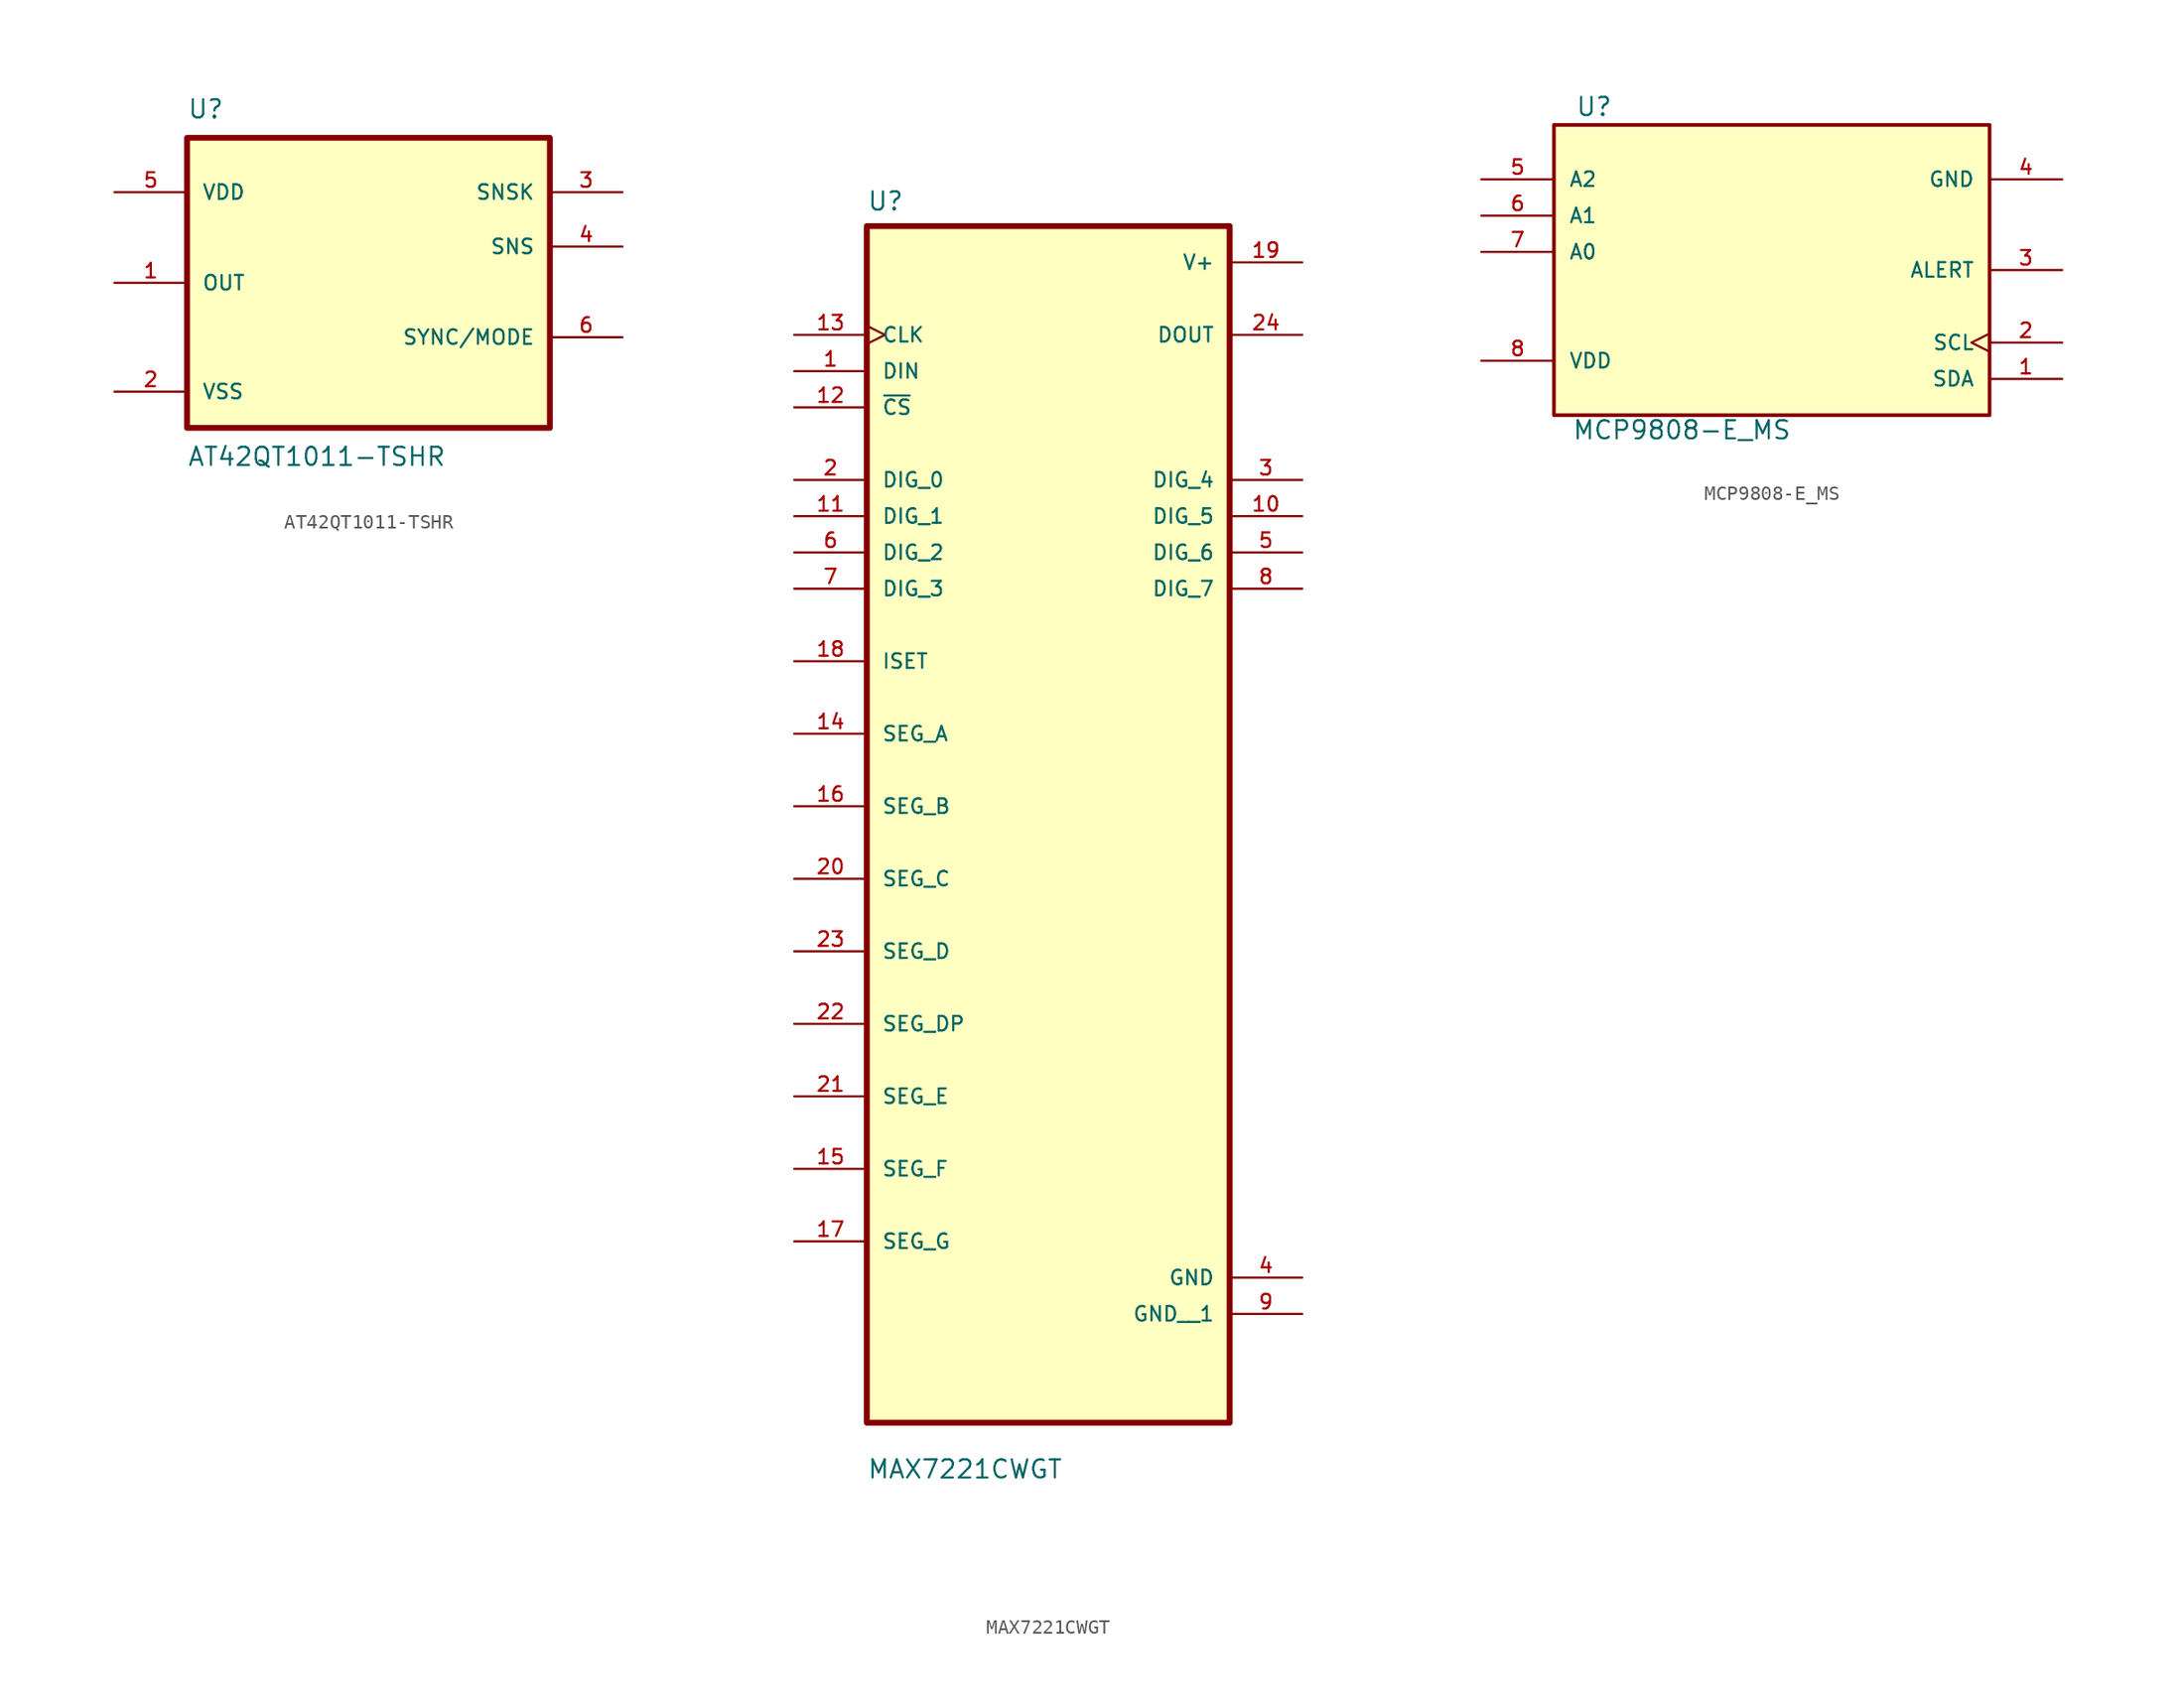
<source format=kicad_sym>
(kicad_symbol_lib
  (version 20231120)
  (generator "kicad_symbol_editor")
  (generator_version "8.0")
  (symbol "AT42QT1011-TSHR"
    (pin_names
      (offset 1.016))
    (property "Reference" "U"
      (at -12.7 11.43 0)
      (effects (font (size 1.27 1.27)) (justify left bottom)))
    (property "Value" "AT42QT1011-TSHR"
      (at -12.7 -11.43 0)
      (effects (font (size 1.27 1.27)) (justify left top)))
    (symbol "AT42QT1011-TSHR_0_0"
      (rectangle (start -12.7 -10.16) (end 12.7 10.16) (stroke (width 0.406) (type default)) (fill (type background)))
      (pin output line (at -17.78 0 0) (length 5.08) (name "OUT" (effects (font (size 1.016 1.016)))) (number "1" (effects (font (size 1.016 1.016)))))
      (pin power_in line (at -17.78 -7.62 0) (length 5.08) (name "VSS" (effects (font (size 1.016 1.016)))) (number "2" (effects (font (size 1.016 1.016)))))
      (pin bidirectional line (at 17.78 6.35 180) (length 5.08) (name "SNSK" (effects (font (size 1.016 1.016)))) (number "3" (effects (font (size 1.016 1.016)))))
      (pin bidirectional line (at 17.78 2.54 180) (length 5.08) (name "SNS" (effects (font (size 1.016 1.016)))) (number "4" (effects (font (size 1.016 1.016)))))
      (pin power_in line (at -17.78 6.35 0) (length 5.08) (name "VDD" (effects (font (size 1.016 1.016)))) (number "5" (effects (font (size 1.016 1.016)))))
      (pin input line (at 17.78 -3.81 180) (length 5.08) (name "SYNC/MODE" (effects (font (size 1.016 1.016)))) (number "6" (effects (font (size 1.016 1.016)))))))
  (symbol "MAX7221CWGT"
    (pin_names
      (offset 1.016))
    (property "Reference" "U"
      (at -12.7 41.64 0)
      (effects (font (size 1.27 1.27)) (justify left bottom)))
    (property "Value" "MAX7221CWGT"
      (at -12.7 -47.18 0)
      (effects (font (size 1.27 1.27)) (justify left bottom)))
    (symbol "MAX7221CWGT_0_0"
      (rectangle (start -12.7 40.64) (end 12.7 -43.18) (stroke (width 0.41) (type default)) (fill (type background)))
      (pin input line (at -17.78 30.48 0) (length 5.08) (name "DIN" (effects (font (size 1.016 1.016)))) (number "1" (effects (font (size 1.016 1.016)))))
      (pin bidirectional line (at 17.78 20.32 180) (length 5.08) (name "DIG_5" (effects (font (size 1.016 1.016)))) (number "10" (effects (font (size 1.016 1.016)))))
      (pin bidirectional line (at -17.78 20.32 0) (length 5.08) (name "DIG_1" (effects (font (size 1.016 1.016)))) (number "11" (effects (font (size 1.016 1.016)))))
      (pin input line (at -17.78 27.94 0) (length 5.08) (name "~{CS}" (effects (font (size 1.016 1.016)))) (number "12" (effects (font (size 1.016 1.016)))))
      (pin input clock (at -17.78 33.02 0) (length 5.08) (name "CLK" (effects (font (size 1.016 1.016)))) (number "13" (effects (font (size 1.016 1.016)))))
      (pin bidirectional line (at -17.78 5.08 0) (length 5.08) (name "SEG_A" (effects (font (size 1.016 1.016)))) (number "14" (effects (font (size 1.016 1.016)))))
      (pin bidirectional line (at -17.78 -25.4 0) (length 5.08) (name "SEG_F" (effects (font (size 1.016 1.016)))) (number "15" (effects (font (size 1.016 1.016)))))
      (pin bidirectional line (at -17.78 0 0) (length 5.08) (name "SEG_B" (effects (font (size 1.016 1.016)))) (number "16" (effects (font (size 1.016 1.016)))))
      (pin bidirectional line (at -17.78 -30.48 0) (length 5.08) (name "SEG_G" (effects (font (size 1.016 1.016)))) (number "17" (effects (font (size 1.016 1.016)))))
      (pin bidirectional line (at -17.78 10.16 0) (length 5.08) (name "ISET" (effects (font (size 1.016 1.016)))) (number "18" (effects (font (size 1.016 1.016)))))
      (pin power_in line (at 17.78 38.1 180) (length 5.08) (name "V+" (effects (font (size 1.016 1.016)))) (number "19" (effects (font (size 1.016 1.016)))))
      (pin bidirectional line (at -17.78 22.86 0) (length 5.08) (name "DIG_0" (effects (font (size 1.016 1.016)))) (number "2" (effects (font (size 1.016 1.016)))))
      (pin bidirectional line (at -17.78 -5.08 0) (length 5.08) (name "SEG_C" (effects (font (size 1.016 1.016)))) (number "20" (effects (font (size 1.016 1.016)))))
      (pin bidirectional line (at -17.78 -20.32 0) (length 5.08) (name "SEG_E" (effects (font (size 1.016 1.016)))) (number "21" (effects (font (size 1.016 1.016)))))
      (pin bidirectional line (at -17.78 -15.24 0) (length 5.08) (name "SEG_DP" (effects (font (size 1.016 1.016)))) (number "22" (effects (font (size 1.016 1.016)))))
      (pin bidirectional line (at -17.78 -10.16 0) (length 5.08) (name "SEG_D" (effects (font (size 1.016 1.016)))) (number "23" (effects (font (size 1.016 1.016)))))
      (pin output line (at 17.78 33.02 180) (length 5.08) (name "DOUT" (effects (font (size 1.016 1.016)))) (number "24" (effects (font (size 1.016 1.016)))))
      (pin bidirectional line (at 17.78 22.86 180) (length 5.08) (name "DIG_4" (effects (font (size 1.016 1.016)))) (number "3" (effects (font (size 1.016 1.016)))))
      (pin power_in line (at 17.78 -33.02 180) (length 5.08) (name "GND" (effects (font (size 1.016 1.016)))) (number "4" (effects (font (size 1.016 1.016)))))
      (pin bidirectional line (at 17.78 17.78 180) (length 5.08) (name "DIG_6" (effects (font (size 1.016 1.016)))) (number "5" (effects (font (size 1.016 1.016)))))
      (pin bidirectional line (at -17.78 17.78 0) (length 5.08) (name "DIG_2" (effects (font (size 1.016 1.016)))) (number "6" (effects (font (size 1.016 1.016)))))
      (pin bidirectional line (at -17.78 15.24 0) (length 5.08) (name "DIG_3" (effects (font (size 1.016 1.016)))) (number "7" (effects (font (size 1.016 1.016)))))
      (pin bidirectional line (at 17.78 15.24 180) (length 5.08) (name "DIG_7" (effects (font (size 1.016 1.016)))) (number "8" (effects (font (size 1.016 1.016)))))
      (pin power_in line (at 17.78 -35.56 180) (length 5.08) (name "GND__1" (effects (font (size 1.016 1.016)))) (number "9" (effects (font (size 1.016 1.016)))))))
  (symbol "MCP9808-E_MS"
    (pin_names
      (offset 1.016))
    (property "Reference" "U"
      (at -15.012 10.687 0)
      (effects (font (size 1.27 1.27)) (justify left bottom)))
    (property "Value" "MCP9808-E_MS"
      (at -15.248 -11.944 0)
      (effects (font (size 1.27 1.27)) (justify left bottom)))
    (symbol "MCP9808-E_MS_0_0"
      (rectangle (start -16.51 -10.16) (end 13.97 10.16) (stroke (width 0.254) (type default)) (fill (type background)))
      (pin bidirectional line (at 19.05 -7.62 180) (length 5.08) (name "SDA" (effects (font (size 1.016 1.016)))) (number "1" (effects (font (size 1.016 1.016)))))
      (pin input clock (at 19.05 -5.08 180) (length 5.08) (name "SCL" (effects (font (size 1.016 1.016)))) (number "2" (effects (font (size 1.016 1.016)))))
      (pin output line (at 19.05 0 180) (length 5.08) (name "ALERT" (effects (font (size 1.016 1.016)))) (number "3" (effects (font (size 1.016 1.016)))))
      (pin power_in line (at 19.05 6.35 180) (length 5.08) (name "GND" (effects (font (size 1.016 1.016)))) (number "4" (effects (font (size 1.016 1.016)))))
      (pin input line (at -21.59 6.35 0) (length 5.08) (name "A2" (effects (font (size 1.016 1.016)))) (number "5" (effects (font (size 1.016 1.016)))))
      (pin input line (at -21.59 3.81 0) (length 5.08) (name "A1" (effects (font (size 1.016 1.016)))) (number "6" (effects (font (size 1.016 1.016)))))
      (pin input line (at -21.59 1.27 0) (length 5.08) (name "A0" (effects (font (size 1.016 1.016)))) (number "7" (effects (font (size 1.016 1.016)))))
      (pin power_in line (at -21.59 -6.35 0) (length 5.08) (name "VDD" (effects (font (size 1.016 1.016)))) (number "8" (effects (font (size 1.016 1.016))))))))
</source>
